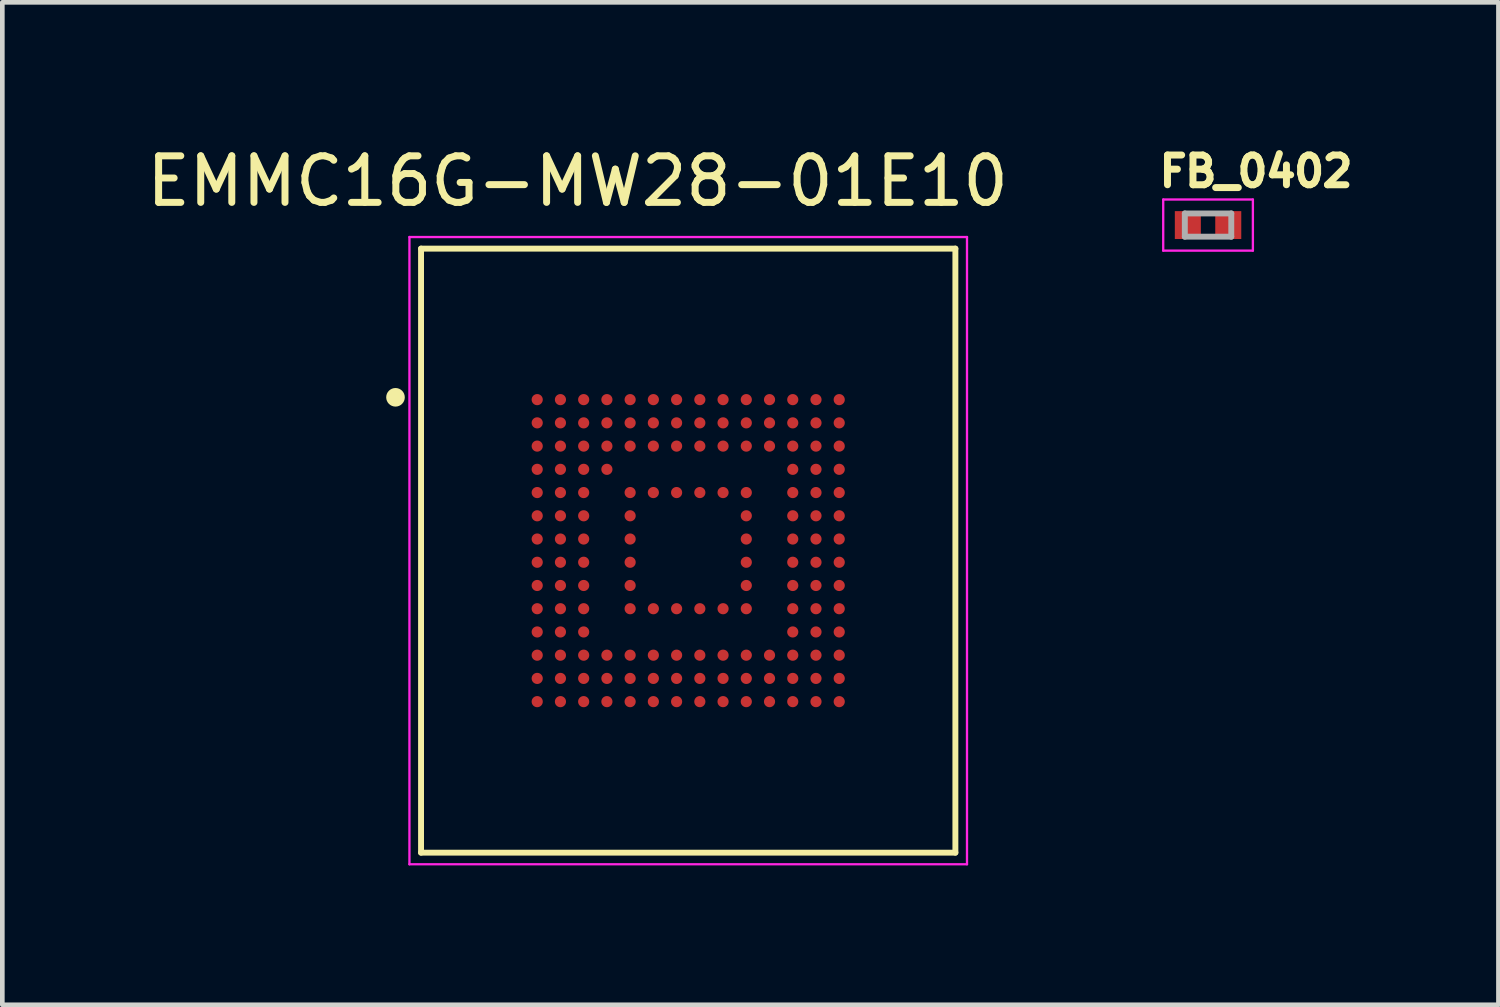
<source format=kicad_pcb>
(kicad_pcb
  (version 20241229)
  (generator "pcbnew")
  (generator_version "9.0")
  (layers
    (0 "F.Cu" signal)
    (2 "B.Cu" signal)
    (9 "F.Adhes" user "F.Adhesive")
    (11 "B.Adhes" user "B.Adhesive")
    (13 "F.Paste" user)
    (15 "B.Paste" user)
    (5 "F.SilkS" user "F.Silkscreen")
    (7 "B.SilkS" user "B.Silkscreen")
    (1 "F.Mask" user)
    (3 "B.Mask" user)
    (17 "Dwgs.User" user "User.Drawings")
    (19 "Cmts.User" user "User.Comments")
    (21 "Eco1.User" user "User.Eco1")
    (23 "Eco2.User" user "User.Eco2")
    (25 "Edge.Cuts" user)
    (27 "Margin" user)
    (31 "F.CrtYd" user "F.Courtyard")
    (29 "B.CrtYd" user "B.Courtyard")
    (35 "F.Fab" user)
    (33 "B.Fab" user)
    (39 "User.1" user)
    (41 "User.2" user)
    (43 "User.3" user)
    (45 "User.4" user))
  (footprint "EMMC16G-MW28-01E10"
    (layer "F.Cu")
    (at 11.762 8.801)
    (property "Reference" "EMMC16G-MW28-01E10" (at -2.38 -7.951 0) (layer "F.SilkS") (effects (font (size 1.002 1.002) (thickness 0.15))))
    (attr smd)
    (fp_line (start -5.75 6.5) (end -5.75 -6.5) (stroke (width 0.127) (type solid)) (layer "F.SilkS"))
    (fp_line (start 5.75 -6.5) (end -5.75 -6.5) (stroke (width 0.127) (type solid)) (layer "F.SilkS"))
    (fp_line (start 5.75 6.5) (end -5.75 6.5) (stroke (width 0.127) (type solid)) (layer "F.SilkS"))
    (fp_line (start 5.75 6.5) (end 5.75 -6.5) (stroke (width 0.127) (type solid)) (layer "F.SilkS"))
    (fp_circle (center -6.3 -3.3) (end -6.1 -3.3) (stroke (width 0) (type solid)) (fill yes) (layer "F.SilkS"))
    (fp_line (start -6 -6.75) (end 6 -6.75) (stroke (width 0.05) (type solid)) (layer "F.CrtYd"))
    (fp_line (start -6 6.75) (end -6 -6.75) (stroke (width 0.05) (type solid)) (layer "F.CrtYd"))
    (fp_line (start -6 6.75) (end 6 6.75) (stroke (width 0.05) (type solid)) (layer "F.CrtYd"))
    (fp_line (start 6 6.75) (end 6 -6.75) (stroke (width 0.05) (type solid)) (layer "F.CrtYd"))
    (pad "A1" smd circle (at -3.25 -3.25) (size 0.24 0.24) (layers "F.Cu" "F.Mask" "F.Paste"))
    (pad "A2" smd circle (at -2.75 -3.25) (size 0.24 0.24) (layers "F.Cu" "F.Mask" "F.Paste"))
    (pad "A3" smd circle (at -2.25 -3.25) (size 0.24 0.24) (layers "F.Cu" "F.Mask" "F.Paste"))
    (pad "A4" smd circle (at -1.75 -3.25) (size 0.24 0.24) (layers "F.Cu" "F.Mask" "F.Paste"))
    (pad "A5" smd circle (at -1.25 -3.25) (size 0.24 0.24) (layers "F.Cu" "F.Mask" "F.Paste"))
    (pad "A6" smd circle (at -0.75 -3.25) (size 0.24 0.24) (layers "F.Cu" "F.Mask" "F.Paste"))
    (pad "A7" smd circle (at -0.25 -3.25) (size 0.24 0.24) (layers "F.Cu" "F.Mask" "F.Paste"))
    (pad "A8" smd circle (at 0.25 -3.25) (size 0.24 0.24) (layers "F.Cu" "F.Mask" "F.Paste"))
    (pad "A9" smd circle (at 0.75 -3.25) (size 0.24 0.24) (layers "F.Cu" "F.Mask" "F.Paste"))
    (pad "A10" smd circle (at 1.25 -3.25) (size 0.24 0.24) (layers "F.Cu" "F.Mask" "F.Paste"))
    (pad "A11" smd circle (at 1.75 -3.25) (size 0.24 0.24) (layers "F.Cu" "F.Mask" "F.Paste"))
    (pad "A12" smd circle (at 2.25 -3.25) (size 0.24 0.24) (layers "F.Cu" "F.Mask" "F.Paste"))
    (pad "A13" smd circle (at 2.75 -3.25) (size 0.24 0.24) (layers "F.Cu" "F.Mask" "F.Paste"))
    (pad "A14" smd circle (at 3.25 -3.25) (size 0.24 0.24) (layers "F.Cu" "F.Mask" "F.Paste"))
    (pad "B1" smd circle (at -3.25 -2.75) (size 0.24 0.24) (layers "F.Cu" "F.Mask" "F.Paste"))
    (pad "B2" smd circle (at -2.75 -2.75) (size 0.24 0.24) (layers "F.Cu" "F.Mask" "F.Paste"))
    (pad "B3" smd circle (at -2.25 -2.75) (size 0.24 0.24) (layers "F.Cu" "F.Mask" "F.Paste"))
    (pad "B4" smd circle (at -1.75 -2.75) (size 0.24 0.24) (layers "F.Cu" "F.Mask" "F.Paste"))
    (pad "B5" smd circle (at -1.25 -2.75) (size 0.24 0.24) (layers "F.Cu" "F.Mask" "F.Paste"))
    (pad "B6" smd circle (at -0.75 -2.75) (size 0.24 0.24) (layers "F.Cu" "F.Mask" "F.Paste"))
    (pad "B7" smd circle (at -0.25 -2.75) (size 0.24 0.24) (layers "F.Cu" "F.Mask" "F.Paste"))
    (pad "B8" smd circle (at 0.25 -2.75) (size 0.24 0.24) (layers "F.Cu" "F.Mask" "F.Paste"))
    (pad "B9" smd circle (at 0.75 -2.75) (size 0.24 0.24) (layers "F.Cu" "F.Mask" "F.Paste"))
    (pad "B10" smd circle (at 1.25 -2.75) (size 0.24 0.24) (layers "F.Cu" "F.Mask" "F.Paste"))
    (pad "B11" smd circle (at 1.75 -2.75) (size 0.24 0.24) (layers "F.Cu" "F.Mask" "F.Paste"))
    (pad "B12" smd circle (at 2.25 -2.75) (size 0.24 0.24) (layers "F.Cu" "F.Mask" "F.Paste"))
    (pad "B13" smd circle (at 2.75 -2.75) (size 0.24 0.24) (layers "F.Cu" "F.Mask" "F.Paste"))
    (pad "B14" smd circle (at 3.25 -2.75) (size 0.24 0.24) (layers "F.Cu" "F.Mask" "F.Paste"))
    (pad "C1" smd circle (at -3.25 -2.25) (size 0.24 0.24) (layers "F.Cu" "F.Mask" "F.Paste"))
    (pad "C2" smd circle (at -2.75 -2.25) (size 0.24 0.24) (layers "F.Cu" "F.Mask" "F.Paste"))
    (pad "C3" smd circle (at -2.25 -2.25) (size 0.24 0.24) (layers "F.Cu" "F.Mask" "F.Paste"))
    (pad "C4" smd circle (at -1.75 -2.25) (size 0.24 0.24) (layers "F.Cu" "F.Mask" "F.Paste"))
    (pad "C5" smd circle (at -1.25 -2.25) (size 0.24 0.24) (layers "F.Cu" "F.Mask" "F.Paste"))
    (pad "C6" smd circle (at -0.75 -2.25) (size 0.24 0.24) (layers "F.Cu" "F.Mask" "F.Paste"))
    (pad "C7" smd circle (at -0.25 -2.25) (size 0.24 0.24) (layers "F.Cu" "F.Mask" "F.Paste"))
    (pad "C8" smd circle (at 0.25 -2.25) (size 0.24 0.24) (layers "F.Cu" "F.Mask" "F.Paste"))
    (pad "C9" smd circle (at 0.75 -2.25) (size 0.24 0.24) (layers "F.Cu" "F.Mask" "F.Paste"))
    (pad "C10" smd circle (at 1.25 -2.25) (size 0.24 0.24) (layers "F.Cu" "F.Mask" "F.Paste"))
    (pad "C11" smd circle (at 1.75 -2.25) (size 0.24 0.24) (layers "F.Cu" "F.Mask" "F.Paste"))
    (pad "C12" smd circle (at 2.25 -2.25) (size 0.24 0.24) (layers "F.Cu" "F.Mask" "F.Paste"))
    (pad "C13" smd circle (at 2.75 -2.25) (size 0.24 0.24) (layers "F.Cu" "F.Mask" "F.Paste"))
    (pad "C14" smd circle (at 3.25 -2.25) (size 0.24 0.24) (layers "F.Cu" "F.Mask" "F.Paste"))
    (pad "D1" smd circle (at -3.25 -1.75) (size 0.24 0.24) (layers "F.Cu" "F.Mask" "F.Paste"))
    (pad "D2" smd circle (at -2.75 -1.75) (size 0.24 0.24) (layers "F.Cu" "F.Mask" "F.Paste"))
    (pad "D3" smd circle (at -2.25 -1.75) (size 0.24 0.24) (layers "F.Cu" "F.Mask" "F.Paste"))
    (pad "D4" smd circle (at -1.75 -1.75) (size 0.24 0.24) (layers "F.Cu" "F.Mask" "F.Paste"))
    (pad "D12" smd circle (at 2.25 -1.75) (size 0.24 0.24) (layers "F.Cu" "F.Mask" "F.Paste"))
    (pad "D13" smd circle (at 2.75 -1.75) (size 0.24 0.24) (layers "F.Cu" "F.Mask" "F.Paste"))
    (pad "D14" smd circle (at 3.25 -1.75) (size 0.24 0.24) (layers "F.Cu" "F.Mask" "F.Paste"))
    (pad "E1" smd circle (at -3.25 -1.25) (size 0.24 0.24) (layers "F.Cu" "F.Mask" "F.Paste"))
    (pad "E2" smd circle (at -2.75 -1.25) (size 0.24 0.24) (layers "F.Cu" "F.Mask" "F.Paste"))
    (pad "E3" smd circle (at -2.25 -1.25) (size 0.24 0.24) (layers "F.Cu" "F.Mask" "F.Paste"))
    (pad "E5" smd circle (at -1.25 -1.25) (size 0.24 0.24) (layers "F.Cu" "F.Mask" "F.Paste"))
    (pad "E6" smd circle (at -0.75 -1.25) (size 0.24 0.24) (layers "F.Cu" "F.Mask" "F.Paste"))
    (pad "E7" smd circle (at -0.25 -1.25) (size 0.24 0.24) (layers "F.Cu" "F.Mask" "F.Paste"))
    (pad "E8" smd circle (at 0.25 -1.25) (size 0.24 0.24) (layers "F.Cu" "F.Mask" "F.Paste"))
    (pad "E9" smd circle (at 0.75 -1.25) (size 0.24 0.24) (layers "F.Cu" "F.Mask" "F.Paste"))
    (pad "E10" smd circle (at 1.25 -1.25) (size 0.24 0.24) (layers "F.Cu" "F.Mask" "F.Paste"))
    (pad "E12" smd circle (at 2.25 -1.25) (size 0.24 0.24) (layers "F.Cu" "F.Mask" "F.Paste"))
    (pad "E13" smd circle (at 2.75 -1.25) (size 0.24 0.24) (layers "F.Cu" "F.Mask" "F.Paste"))
    (pad "E14" smd circle (at 3.25 -1.25) (size 0.24 0.24) (layers "F.Cu" "F.Mask" "F.Paste"))
    (pad "F1" smd circle (at -3.25 -0.75) (size 0.24 0.24) (layers "F.Cu" "F.Mask" "F.Paste"))
    (pad "F2" smd circle (at -2.75 -0.75) (size 0.24 0.24) (layers "F.Cu" "F.Mask" "F.Paste"))
    (pad "F3" smd circle (at -2.25 -0.75) (size 0.24 0.24) (layers "F.Cu" "F.Mask" "F.Paste"))
    (pad "F5" smd circle (at -1.25 -0.75) (size 0.24 0.24) (layers "F.Cu" "F.Mask" "F.Paste"))
    (pad "F10" smd circle (at 1.25 -0.75) (size 0.24 0.24) (layers "F.Cu" "F.Mask" "F.Paste"))
    (pad "F12" smd circle (at 2.25 -0.75) (size 0.24 0.24) (layers "F.Cu" "F.Mask" "F.Paste"))
    (pad "F13" smd circle (at 2.75 -0.75) (size 0.24 0.24) (layers "F.Cu" "F.Mask" "F.Paste"))
    (pad "F14" smd circle (at 3.25 -0.75) (size 0.24 0.24) (layers "F.Cu" "F.Mask" "F.Paste"))
    (pad "G1" smd circle (at -3.25 -0.25) (size 0.24 0.24) (layers "F.Cu" "F.Mask" "F.Paste"))
    (pad "G2" smd circle (at -2.75 -0.25) (size 0.24 0.24) (layers "F.Cu" "F.Mask" "F.Paste"))
    (pad "G3" smd circle (at -2.25 -0.25) (size 0.24 0.24) (layers "F.Cu" "F.Mask" "F.Paste"))
    (pad "G5" smd circle (at -1.25 -0.25) (size 0.24 0.24) (layers "F.Cu" "F.Mask" "F.Paste"))
    (pad "G10" smd circle (at 1.25 -0.25) (size 0.24 0.24) (layers "F.Cu" "F.Mask" "F.Paste"))
    (pad "G12" smd circle (at 2.25 -0.25) (size 0.24 0.24) (layers "F.Cu" "F.Mask" "F.Paste"))
    (pad "G13" smd circle (at 2.75 -0.25) (size 0.24 0.24) (layers "F.Cu" "F.Mask" "F.Paste"))
    (pad "G14" smd circle (at 3.25 -0.25) (size 0.24 0.24) (layers "F.Cu" "F.Mask" "F.Paste"))
    (pad "H1" smd circle (at -3.25 0.25) (size 0.24 0.24) (layers "F.Cu" "F.Mask" "F.Paste"))
    (pad "H2" smd circle (at -2.75 0.25) (size 0.24 0.24) (layers "F.Cu" "F.Mask" "F.Paste"))
    (pad "H3" smd circle (at -2.25 0.25) (size 0.24 0.24) (layers "F.Cu" "F.Mask" "F.Paste"))
    (pad "H5" smd circle (at -1.25 0.25) (size 0.24 0.24) (layers "F.Cu" "F.Mask" "F.Paste"))
    (pad "H10" smd circle (at 1.25 0.25) (size 0.24 0.24) (layers "F.Cu" "F.Mask" "F.Paste"))
    (pad "H12" smd circle (at 2.25 0.25) (size 0.24 0.24) (layers "F.Cu" "F.Mask" "F.Paste"))
    (pad "H13" smd circle (at 2.75 0.25) (size 0.24 0.24) (layers "F.Cu" "F.Mask" "F.Paste"))
    (pad "H14" smd circle (at 3.25 0.25) (size 0.24 0.24) (layers "F.Cu" "F.Mask" "F.Paste"))
    (pad "J1" smd circle (at -3.25 0.75) (size 0.24 0.24) (layers "F.Cu" "F.Mask" "F.Paste"))
    (pad "J2" smd circle (at -2.75 0.75) (size 0.24 0.24) (layers "F.Cu" "F.Mask" "F.Paste"))
    (pad "J3" smd circle (at -2.25 0.75) (size 0.24 0.24) (layers "F.Cu" "F.Mask" "F.Paste"))
    (pad "J5" smd circle (at -1.25 0.75) (size 0.24 0.24) (layers "F.Cu" "F.Mask" "F.Paste"))
    (pad "J10" smd circle (at 1.25 0.75) (size 0.24 0.24) (layers "F.Cu" "F.Mask" "F.Paste"))
    (pad "J12" smd circle (at 2.25 0.75) (size 0.24 0.24) (layers "F.Cu" "F.Mask" "F.Paste"))
    (pad "J13" smd circle (at 2.75 0.75) (size 0.24 0.24) (layers "F.Cu" "F.Mask" "F.Paste"))
    (pad "J14" smd circle (at 3.25 0.75) (size 0.24 0.24) (layers "F.Cu" "F.Mask" "F.Paste"))
    (pad "K1" smd circle (at -3.25 1.25) (size 0.24 0.24) (layers "F.Cu" "F.Mask" "F.Paste"))
    (pad "K2" smd circle (at -2.75 1.25) (size 0.24 0.24) (layers "F.Cu" "F.Mask" "F.Paste"))
    (pad "K3" smd circle (at -2.25 1.25) (size 0.24 0.24) (layers "F.Cu" "F.Mask" "F.Paste"))
    (pad "K5" smd circle (at -1.25 1.25) (size 0.24 0.24) (layers "F.Cu" "F.Mask" "F.Paste"))
    (pad "K6" smd circle (at -0.75 1.25) (size 0.24 0.24) (layers "F.Cu" "F.Mask" "F.Paste"))
    (pad "K7" smd circle (at -0.25 1.25) (size 0.24 0.24) (layers "F.Cu" "F.Mask" "F.Paste"))
    (pad "K8" smd circle (at 0.25 1.25) (size 0.24 0.24) (layers "F.Cu" "F.Mask" "F.Paste"))
    (pad "K9" smd circle (at 0.75 1.25) (size 0.24 0.24) (layers "F.Cu" "F.Mask" "F.Paste"))
    (pad "K10" smd circle (at 1.25 1.25) (size 0.24 0.24) (layers "F.Cu" "F.Mask" "F.Paste"))
    (pad "K12" smd circle (at 2.25 1.25) (size 0.24 0.24) (layers "F.Cu" "F.Mask" "F.Paste"))
    (pad "K13" smd circle (at 2.75 1.25) (size 0.24 0.24) (layers "F.Cu" "F.Mask" "F.Paste"))
    (pad "K14" smd circle (at 3.25 1.25) (size 0.24 0.24) (layers "F.Cu" "F.Mask" "F.Paste"))
    (pad "L1" smd circle (at -3.25 1.75) (size 0.24 0.24) (layers "F.Cu" "F.Mask" "F.Paste"))
    (pad "L2" smd circle (at -2.75 1.75) (size 0.24 0.24) (layers "F.Cu" "F.Mask" "F.Paste"))
    (pad "L3" smd circle (at -2.25 1.75) (size 0.24 0.24) (layers "F.Cu" "F.Mask" "F.Paste"))
    (pad "L12" smd circle (at 2.25 1.75) (size 0.24 0.24) (layers "F.Cu" "F.Mask" "F.Paste"))
    (pad "L13" smd circle (at 2.75 1.75) (size 0.24 0.24) (layers "F.Cu" "F.Mask" "F.Paste"))
    (pad "L14" smd circle (at 3.25 1.75) (size 0.24 0.24) (layers "F.Cu" "F.Mask" "F.Paste"))
    (pad "M1" smd circle (at -3.25 2.25) (size 0.24 0.24) (layers "F.Cu" "F.Mask" "F.Paste"))
    (pad "M2" smd circle (at -2.75 2.25) (size 0.24 0.24) (layers "F.Cu" "F.Mask" "F.Paste"))
    (pad "M3" smd circle (at -2.25 2.25) (size 0.24 0.24) (layers "F.Cu" "F.Mask" "F.Paste"))
    (pad "M4" smd circle (at -1.75 2.25) (size 0.24 0.24) (layers "F.Cu" "F.Mask" "F.Paste"))
    (pad "M5" smd circle (at -1.25 2.25) (size 0.24 0.24) (layers "F.Cu" "F.Mask" "F.Paste"))
    (pad "M6" smd circle (at -0.75 2.25) (size 0.24 0.24) (layers "F.Cu" "F.Mask" "F.Paste"))
    (pad "M7" smd circle (at -0.25 2.25) (size 0.24 0.24) (layers "F.Cu" "F.Mask" "F.Paste"))
    (pad "M8" smd circle (at 0.25 2.25) (size 0.24 0.24) (layers "F.Cu" "F.Mask" "F.Paste"))
    (pad "M9" smd circle (at 0.75 2.25) (size 0.24 0.24) (layers "F.Cu" "F.Mask" "F.Paste"))
    (pad "M10" smd circle (at 1.25 2.25) (size 0.24 0.24) (layers "F.Cu" "F.Mask" "F.Paste"))
    (pad "M11" smd circle (at 1.75 2.25) (size 0.24 0.24) (layers "F.Cu" "F.Mask" "F.Paste"))
    (pad "M12" smd circle (at 2.25 2.25) (size 0.24 0.24) (layers "F.Cu" "F.Mask" "F.Paste"))
    (pad "M13" smd circle (at 2.75 2.25) (size 0.24 0.24) (layers "F.Cu" "F.Mask" "F.Paste"))
    (pad "M14" smd circle (at 3.25 2.25) (size 0.24 0.24) (layers "F.Cu" "F.Mask" "F.Paste"))
    (pad "N1" smd circle (at -3.25 2.75) (size 0.24 0.24) (layers "F.Cu" "F.Mask" "F.Paste"))
    (pad "N2" smd circle (at -2.75 2.75) (size 0.24 0.24) (layers "F.Cu" "F.Mask" "F.Paste"))
    (pad "N3" smd circle (at -2.25 2.75) (size 0.24 0.24) (layers "F.Cu" "F.Mask" "F.Paste"))
    (pad "N4" smd circle (at -1.75 2.75) (size 0.24 0.24) (layers "F.Cu" "F.Mask" "F.Paste"))
    (pad "N5" smd circle (at -1.25 2.75) (size 0.24 0.24) (layers "F.Cu" "F.Mask" "F.Paste"))
    (pad "N6" smd circle (at -0.75 2.75) (size 0.24 0.24) (layers "F.Cu" "F.Mask" "F.Paste"))
    (pad "N7" smd circle (at -0.25 2.75) (size 0.24 0.24) (layers "F.Cu" "F.Mask" "F.Paste"))
    (pad "N8" smd circle (at 0.25 2.75) (size 0.24 0.24) (layers "F.Cu" "F.Mask" "F.Paste"))
    (pad "N9" smd circle (at 0.75 2.75) (size 0.24 0.24) (layers "F.Cu" "F.Mask" "F.Paste"))
    (pad "N10" smd circle (at 1.25 2.75) (size 0.24 0.24) (layers "F.Cu" "F.Mask" "F.Paste"))
    (pad "N11" smd circle (at 1.75 2.75) (size 0.24 0.24) (layers "F.Cu" "F.Mask" "F.Paste"))
    (pad "N12" smd circle (at 2.25 2.75) (size 0.24 0.24) (layers "F.Cu" "F.Mask" "F.Paste"))
    (pad "N13" smd circle (at 2.75 2.75) (size 0.24 0.24) (layers "F.Cu" "F.Mask" "F.Paste"))
    (pad "N14" smd circle (at 3.25 2.75) (size 0.24 0.24) (layers "F.Cu" "F.Mask" "F.Paste"))
    (pad "P1" smd circle (at -3.25 3.25) (size 0.24 0.24) (layers "F.Cu" "F.Mask" "F.Paste"))
    (pad "P2" smd circle (at -2.75 3.25) (size 0.24 0.24) (layers "F.Cu" "F.Mask" "F.Paste"))
    (pad "P3" smd circle (at -2.25 3.25) (size 0.24 0.24) (layers "F.Cu" "F.Mask" "F.Paste"))
    (pad "P4" smd circle (at -1.75 3.25) (size 0.24 0.24) (layers "F.Cu" "F.Mask" "F.Paste"))
    (pad "P5" smd circle (at -1.25 3.25) (size 0.24 0.24) (layers "F.Cu" "F.Mask" "F.Paste"))
    (pad "P6" smd circle (at -0.75 3.25) (size 0.24 0.24) (layers "F.Cu" "F.Mask" "F.Paste"))
    (pad "P7" smd circle (at -0.25 3.25) (size 0.24 0.24) (layers "F.Cu" "F.Mask" "F.Paste"))
    (pad "P8" smd circle (at 0.25 3.25) (size 0.24 0.24) (layers "F.Cu" "F.Mask" "F.Paste"))
    (pad "P9" smd circle (at 0.75 3.25) (size 0.24 0.24) (layers "F.Cu" "F.Mask" "F.Paste"))
    (pad "P10" smd circle (at 1.25 3.25) (size 0.24 0.24) (layers "F.Cu" "F.Mask" "F.Paste"))
    (pad "P11" smd circle (at 1.75 3.25) (size 0.24 0.24) (layers "F.Cu" "F.Mask" "F.Paste"))
    (pad "P12" smd circle (at 2.25 3.25) (size 0.24 0.24) (layers "F.Cu" "F.Mask" "F.Paste"))
    (pad "P13" smd circle (at 2.75 3.25) (size 0.24 0.24) (layers "F.Cu" "F.Mask" "F.Paste"))
    (pad "P14" smd circle (at 3.25 3.25) (size 0.24 0.24) (layers "F.Cu" "F.Mask" "F.Paste")))
  (footprint "FB_0402"
    (layer "F.Cu")
    (at 22.95 1.794)
    (property "Reference" "FB_0402" (at 1.032 -1.156 0) (layer "F.SilkS") (effects (font (size 0.64 0.64) (thickness 0.15))))
    (attr smd)
    (fp_line (start -0.965 -0.55) (end 0.965 -0.55) (stroke (width 0.05) (type solid)) (layer "F.CrtYd"))
    (fp_line (start -0.965 0.55) (end -0.965 -0.55) (stroke (width 0.05) (type solid)) (layer "F.CrtYd"))
    (fp_line (start 0.965 -0.55) (end 0.965 0.55) (stroke (width 0.05) (type solid)) (layer "F.CrtYd"))
    (fp_line (start 0.965 0.55) (end -0.965 0.55) (stroke (width 0.05) (type solid)) (layer "F.CrtYd"))
    (fp_line (start -0.5 -0.25) (end 0.5 -0.25) (stroke (width 0.127) (type solid)) (layer "F.Fab"))
    (fp_line (start -0.5 0.25) (end -0.5 -0.25) (stroke (width 0.127) (type solid)) (layer "F.Fab"))
    (fp_line (start 0.5 -0.25) (end 0.5 0.25) (stroke (width 0.127) (type solid)) (layer "F.Fab"))
    (fp_line (start 0.5 0.25) (end -0.5 0.25) (stroke (width 0.127) (type solid)) (layer "F.Fab"))
    (pad "1" smd rect (at -0.435 0) (size 0.56 0.6) (layers "F.Cu" "F.Mask" "F.Paste"))
    (pad "2" smd rect (at 0.435 0) (size 0.56 0.6) (layers "F.Cu" "F.Mask" "F.Paste")))
  (gr_rect
    (start -3 -3)
    (end 29.2 18.576)
    (stroke (width 0.1) (type default))
    (fill no)
    (layer "Edge.Cuts")))
</source>
